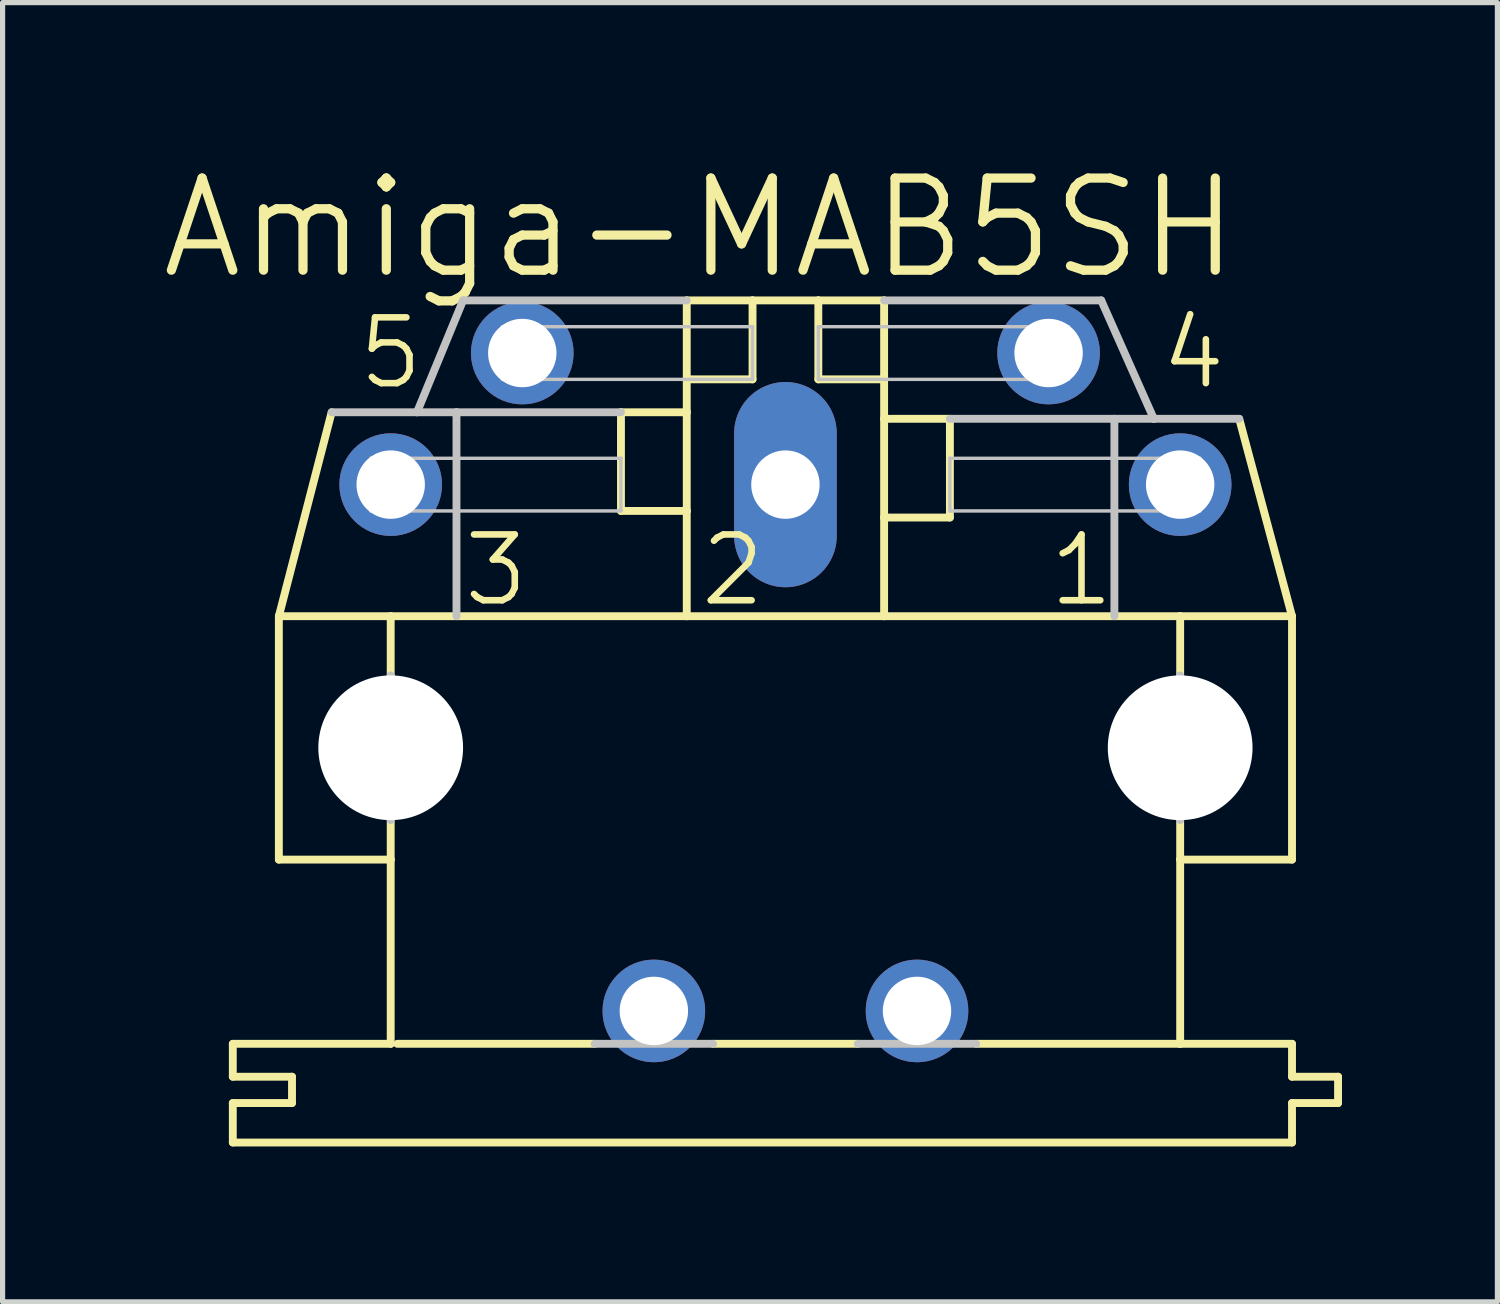
<source format=kicad_pcb>
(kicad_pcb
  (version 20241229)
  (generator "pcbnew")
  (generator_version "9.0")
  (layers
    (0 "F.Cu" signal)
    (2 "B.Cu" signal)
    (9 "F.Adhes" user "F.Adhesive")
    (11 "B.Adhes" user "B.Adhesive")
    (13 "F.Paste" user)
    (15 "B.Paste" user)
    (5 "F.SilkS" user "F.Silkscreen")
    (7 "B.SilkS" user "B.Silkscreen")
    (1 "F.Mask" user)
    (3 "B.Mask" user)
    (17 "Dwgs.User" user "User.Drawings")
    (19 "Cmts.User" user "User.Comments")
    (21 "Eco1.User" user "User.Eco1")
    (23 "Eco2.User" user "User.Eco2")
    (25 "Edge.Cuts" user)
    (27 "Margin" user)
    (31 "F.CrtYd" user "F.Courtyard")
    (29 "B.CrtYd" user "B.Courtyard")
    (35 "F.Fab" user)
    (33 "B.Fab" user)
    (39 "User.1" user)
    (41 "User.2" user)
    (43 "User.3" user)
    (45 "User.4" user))
  (footprint "Amiga-MAB5SH"
    (layer "F.Cu")
    (at 12.112 12.655)
    (property "Reference" "Amiga-MAB5SH" (at -1.651 -11.303 0) (layer "F.SilkS") (effects (font (size 1.778 1.778) (thickness 0.178))))
    (attr exclude_from_pos_files exclude_from_bom)
    (fp_line (start -10.668 5.08) (end -10.668 4.445) (stroke (width 0.152) (type solid)) (layer "F.SilkS"))
    (fp_line (start -10.668 5.08) (end -9.525 5.08) (stroke (width 0.152) (type solid)) (layer "F.SilkS"))
    (fp_line (start -10.668 6.35) (end -10.668 5.588) (stroke (width 0.152) (type solid)) (layer "F.SilkS"))
    (fp_line (start -10.668 6.35) (end 9.779 6.35) (stroke (width 0.152) (type solid)) (layer "F.SilkS"))
    (fp_line (start -9.779 0.889) (end -9.779 -3.81) (stroke (width 0.152) (type solid)) (layer "F.SilkS"))
    (fp_line (start -9.779 0.889) (end -7.62 0.889) (stroke (width 0.152) (type solid)) (layer "F.SilkS"))
    (fp_line (start -9.525 5.588) (end -10.668 5.588) (stroke (width 0.152) (type solid)) (layer "F.SilkS"))
    (fp_line (start -9.525 5.588) (end -9.525 5.08) (stroke (width 0.152) (type solid)) (layer "F.SilkS"))
    (fp_line (start -8.76 -7.747) (end -9.779 -3.81) (stroke (width 0.152) (type solid)) (layer "F.SilkS"))
    (fp_line (start -7.62 -3.81) (end -9.779 -3.81) (stroke (width 0.152) (type solid)) (layer "F.SilkS"))
    (fp_line (start -7.62 -3.81) (end -7.62 -2.667) (stroke (width 0.152) (type solid)) (layer "F.SilkS"))
    (fp_line (start -7.62 0.889) (end -7.62 0.127) (stroke (width 0.152) (type solid)) (layer "F.SilkS"))
    (fp_line (start -7.62 4.445) (end -10.668 4.445) (stroke (width 0.152) (type solid)) (layer "F.SilkS"))
    (fp_line (start -7.62 4.445) (end -7.62 0.889) (stroke (width 0.152) (type solid)) (layer "F.SilkS"))
    (fp_line (start -7.493 4.445) (end -3.683 4.445) (stroke (width 0.152) (type solid)) (layer "F.SilkS"))
    (fp_line (start -3.175 -7.747) (end -3.175 -5.842) (stroke (width 0.152) (type solid)) (layer "F.SilkS"))
    (fp_line (start -1.905 -9.906) (end -1.905 -8.382) (stroke (width 0.152) (type solid)) (layer "F.SilkS"))
    (fp_line (start -1.905 -8.382) (end -1.905 -7.747) (stroke (width 0.152) (type solid)) (layer "F.SilkS"))
    (fp_line (start -1.905 -8.382) (end -0.635 -8.382) (stroke (width 0.152) (type solid)) (layer "F.SilkS"))
    (fp_line (start -1.905 -7.747) (end -3.175 -7.747) (stroke (width 0.152) (type solid)) (layer "F.SilkS"))
    (fp_line (start -1.905 -7.747) (end -1.905 -5.842) (stroke (width 0.152) (type solid)) (layer "F.SilkS"))
    (fp_line (start -1.905 -5.842) (end -3.175 -5.842) (stroke (width 0.152) (type solid)) (layer "F.SilkS"))
    (fp_line (start -1.905 -5.842) (end -1.905 -3.81) (stroke (width 0.152) (type solid)) (layer "F.SilkS"))
    (fp_line (start -1.905 -3.81) (end -7.62 -3.81) (stroke (width 0.152) (type solid)) (layer "F.SilkS"))
    (fp_line (start -1.397 4.445) (end 1.397 4.445) (stroke (width 0.152) (type solid)) (layer "F.SilkS"))
    (fp_line (start -0.635 -9.906) (end -1.905 -9.906) (stroke (width 0.152) (type solid)) (layer "F.SilkS"))
    (fp_line (start -0.635 -9.906) (end -0.635 -8.382) (stroke (width 0.152) (type solid)) (layer "F.SilkS"))
    (fp_line (start 0.635 -9.906) (end -0.635 -9.906) (stroke (width 0.152) (type solid)) (layer "F.SilkS"))
    (fp_line (start 0.635 -9.906) (end 0.635 -8.382) (stroke (width 0.152) (type solid)) (layer "F.SilkS"))
    (fp_line (start 1.905 -9.906) (end 0.635 -9.906) (stroke (width 0.152) (type solid)) (layer "F.SilkS"))
    (fp_line (start 1.905 -9.906) (end 1.905 -8.382) (stroke (width 0.152) (type solid)) (layer "F.SilkS"))
    (fp_line (start 1.905 -8.382) (end 0.635 -8.382) (stroke (width 0.152) (type solid)) (layer "F.SilkS"))
    (fp_line (start 1.905 -8.382) (end 1.905 -7.62) (stroke (width 0.152) (type solid)) (layer "F.SilkS"))
    (fp_line (start 1.905 -7.62) (end 1.905 -5.715) (stroke (width 0.152) (type solid)) (layer "F.SilkS"))
    (fp_line (start 1.905 -5.715) (end 1.905 -3.81) (stroke (width 0.152) (type solid)) (layer "F.SilkS"))
    (fp_line (start 1.905 -5.715) (end 3.175 -5.715) (stroke (width 0.152) (type solid)) (layer "F.SilkS"))
    (fp_line (start 1.905 -3.81) (end -1.905 -3.81) (stroke (width 0.152) (type solid)) (layer "F.SilkS"))
    (fp_line (start 3.175 -7.62) (end 1.905 -7.62) (stroke (width 0.152) (type solid)) (layer "F.SilkS"))
    (fp_line (start 3.175 -7.62) (end 3.175 -5.715) (stroke (width 0.152) (type solid)) (layer "F.SilkS"))
    (fp_line (start 3.683 4.445) (end 7.62 4.445) (stroke (width 0.152) (type solid)) (layer "F.SilkS"))
    (fp_line (start 7.62 -3.81) (end 1.905 -3.81) (stroke (width 0.152) (type solid)) (layer "F.SilkS"))
    (fp_line (start 7.62 -3.81) (end 7.62 -2.667) (stroke (width 0.152) (type solid)) (layer "F.SilkS"))
    (fp_line (start 7.62 0.889) (end 7.62 0.127) (stroke (width 0.152) (type solid)) (layer "F.SilkS"))
    (fp_line (start 7.62 4.445) (end 7.62 0.889) (stroke (width 0.152) (type solid)) (layer "F.SilkS"))
    (fp_line (start 8.76 -7.62) (end 9.779 -3.81) (stroke (width 0.152) (type solid)) (layer "F.SilkS"))
    (fp_line (start 9.779 -3.81) (end 7.62 -3.81) (stroke (width 0.152) (type solid)) (layer "F.SilkS"))
    (fp_line (start 9.779 0.889) (end 7.62 0.889) (stroke (width 0.152) (type solid)) (layer "F.SilkS"))
    (fp_line (start 9.779 0.889) (end 9.779 -3.81) (stroke (width 0.152) (type solid)) (layer "F.SilkS"))
    (fp_line (start 9.779 4.445) (end 7.62 4.445) (stroke (width 0.152) (type solid)) (layer "F.SilkS"))
    (fp_line (start 9.779 4.445) (end 9.779 5.08) (stroke (width 0.152) (type solid)) (layer "F.SilkS"))
    (fp_line (start 9.779 6.35) (end 9.779 5.588) (stroke (width 0.152) (type solid)) (layer "F.SilkS"))
    (fp_line (start 10.668 5.08) (end 9.779 5.08) (stroke (width 0.152) (type solid)) (layer "F.SilkS"))
    (fp_line (start 10.668 5.588) (end 9.779 5.588) (stroke (width 0.152) (type solid)) (layer "F.SilkS"))
    (fp_line (start 10.668 5.588) (end 10.668 5.08) (stroke (width 0.152) (type solid)) (layer "F.SilkS"))
    (fp_line (start -8.76 -7.747) (end -7.112 -7.747) (stroke (width 0.152) (type solid)) (layer "Dwgs.User"))
    (fp_line (start -8.001 -6.858) (end -3.175 -6.858) (stroke (width 0.066) (type solid)) (layer "Dwgs.User"))
    (fp_line (start -8.001 -5.842) (end -8.001 -6.858) (stroke (width 0.066) (type solid)) (layer "Dwgs.User"))
    (fp_line (start -8.001 -5.842) (end -3.175 -5.842) (stroke (width 0.066) (type solid)) (layer "Dwgs.User"))
    (fp_line (start -7.62 -2.667) (end -7.62 0.127) (stroke (width 0.152) (type solid)) (layer "Dwgs.User"))
    (fp_line (start -7.112 -7.747) (end -6.223 -9.906) (stroke (width 0.152) (type solid)) (layer "Dwgs.User"))
    (fp_line (start -6.35 -7.747) (end -7.112 -7.747) (stroke (width 0.152) (type solid)) (layer "Dwgs.User"))
    (fp_line (start -6.35 -7.747) (end -6.35 -3.81) (stroke (width 0.152) (type solid)) (layer "Dwgs.User"))
    (fp_line (start -5.461 -9.398) (end -0.635 -9.398) (stroke (width 0.066) (type solid)) (layer "Dwgs.User"))
    (fp_line (start -5.461 -8.382) (end -5.461 -9.398) (stroke (width 0.066) (type solid)) (layer "Dwgs.User"))
    (fp_line (start -5.461 -8.382) (end -0.635 -8.382) (stroke (width 0.066) (type solid)) (layer "Dwgs.User"))
    (fp_line (start -3.175 -7.747) (end -6.35 -7.747) (stroke (width 0.152) (type solid)) (layer "Dwgs.User"))
    (fp_line (start -3.175 -5.842) (end -3.175 -6.858) (stroke (width 0.066) (type solid)) (layer "Dwgs.User"))
    (fp_line (start -1.905 -9.906) (end -6.223 -9.906) (stroke (width 0.152) (type solid)) (layer "Dwgs.User"))
    (fp_line (start -1.397 4.445) (end -3.683 4.445) (stroke (width 0.152) (type solid)) (layer "Dwgs.User"))
    (fp_line (start -0.635 -8.382) (end -0.635 -9.398) (stroke (width 0.066) (type solid)) (layer "Dwgs.User"))
    (fp_line (start 0.635 -9.398) (end 5.461 -9.398) (stroke (width 0.066) (type solid)) (layer "Dwgs.User"))
    (fp_line (start 0.635 -8.382) (end 0.635 -9.398) (stroke (width 0.066) (type solid)) (layer "Dwgs.User"))
    (fp_line (start 0.635 -8.382) (end 5.461 -8.382) (stroke (width 0.066) (type solid)) (layer "Dwgs.User"))
    (fp_line (start 3.175 -6.858) (end 8.001 -6.858) (stroke (width 0.066) (type solid)) (layer "Dwgs.User"))
    (fp_line (start 3.175 -5.842) (end 3.175 -6.858) (stroke (width 0.066) (type solid)) (layer "Dwgs.User"))
    (fp_line (start 3.175 -5.842) (end 8.001 -5.842) (stroke (width 0.066) (type solid)) (layer "Dwgs.User"))
    (fp_line (start 3.683 4.445) (end 1.397 4.445) (stroke (width 0.152) (type solid)) (layer "Dwgs.User"))
    (fp_line (start 5.461 -8.382) (end 5.461 -9.398) (stroke (width 0.066) (type solid)) (layer "Dwgs.User"))
    (fp_line (start 6.096 -9.906) (end 1.905 -9.906) (stroke (width 0.152) (type solid)) (layer "Dwgs.User"))
    (fp_line (start 6.096 -9.906) (end 7.112 -7.62) (stroke (width 0.152) (type solid)) (layer "Dwgs.User"))
    (fp_line (start 6.35 -7.62) (end 3.175 -7.62) (stroke (width 0.152) (type solid)) (layer "Dwgs.User"))
    (fp_line (start 6.35 -7.62) (end 6.35 -3.81) (stroke (width 0.152) (type solid)) (layer "Dwgs.User"))
    (fp_line (start 7.112 -7.62) (end 6.35 -7.62) (stroke (width 0.152) (type solid)) (layer "Dwgs.User"))
    (fp_line (start 7.62 -2.667) (end 7.62 0.127) (stroke (width 0.152) (type solid)) (layer "Dwgs.User"))
    (fp_line (start 8.001 -5.842) (end 8.001 -6.858) (stroke (width 0.066) (type solid)) (layer "Dwgs.User"))
    (fp_line (start 8.76 -7.62) (end 7.112 -7.62) (stroke (width 0.152) (type solid)) (layer "Dwgs.User"))
    (fp_text user "5" (at -7.62 -8.89 0) (layer "F.SilkS") (effects (font (size 1.27 1.27) (thickness 0.127))))
    (fp_text user "3" (at -5.588 -4.699 0) (layer "F.SilkS") (effects (font (size 1.27 1.27) (thickness 0.127))))
    (fp_text user "1" (at 5.715 -4.699 0) (layer "F.SilkS") (effects (font (size 1.27 1.27) (thickness 0.127))))
    (fp_text user "4" (at 7.874 -8.89 0) (layer "F.SilkS") (effects (font (size 1.27 1.27) (thickness 0.127))))
    (fp_text user "2" (at -1.016 -4.699 0) (layer "F.SilkS") (effects (font (size 1.27 1.27) (thickness 0.127))))
    (pad "" np_thru_hole circle (at -7.62 -1.27) (size 2.794 2.794) (drill 2.794) (layers "*.Cu" "*.Mask"))
    (pad "" np_thru_hole circle (at 7.62 -1.27) (size 2.794 2.794) (drill 2.794) (layers "*.Cu" "*.Mask"))
    (pad "1" thru_hole circle (at 7.62 -6.35) (size 1.981 1.981) (drill 1.321) (layers "*.Cu" "*.Paste" "*.Mask"))
    (pad "2" thru_hole oval (at 0 -6.35 180) (size 1.981 3.962) (drill 1.321) (layers "*.Cu" "*.Paste" "*.Mask"))
    (pad "3" thru_hole circle (at -7.62 -6.35) (size 1.981 1.981) (drill 1.321) (layers "*.Cu" "*.Paste" "*.Mask"))
    (pad "4" thru_hole circle (at 5.08 -8.89) (size 1.981 1.981) (drill 1.321) (layers "*.Cu" "*.Paste" "*.Mask"))
    (pad "5" thru_hole circle (at -5.08 -8.89) (size 1.981 1.981) (drill 1.321) (layers "*.Cu" "*.Paste" "*.Mask"))
    (pad "PE" thru_hole circle (at -2.54 3.81) (size 1.981 1.981) (drill 1.321) (layers "*.Cu" "*.Paste" "*.Mask"))
    (pad "PE@" thru_hole circle (at 2.54 3.81) (size 1.981 1.981) (drill 1.321) (layers "*.Cu" "*.Paste" "*.Mask")))
  (gr_rect
    (start -3 -3)
    (end 25.856 22.081)
    (stroke (width 0.1) (type default))
    (fill no)
    (layer "Edge.Cuts")))
</source>
